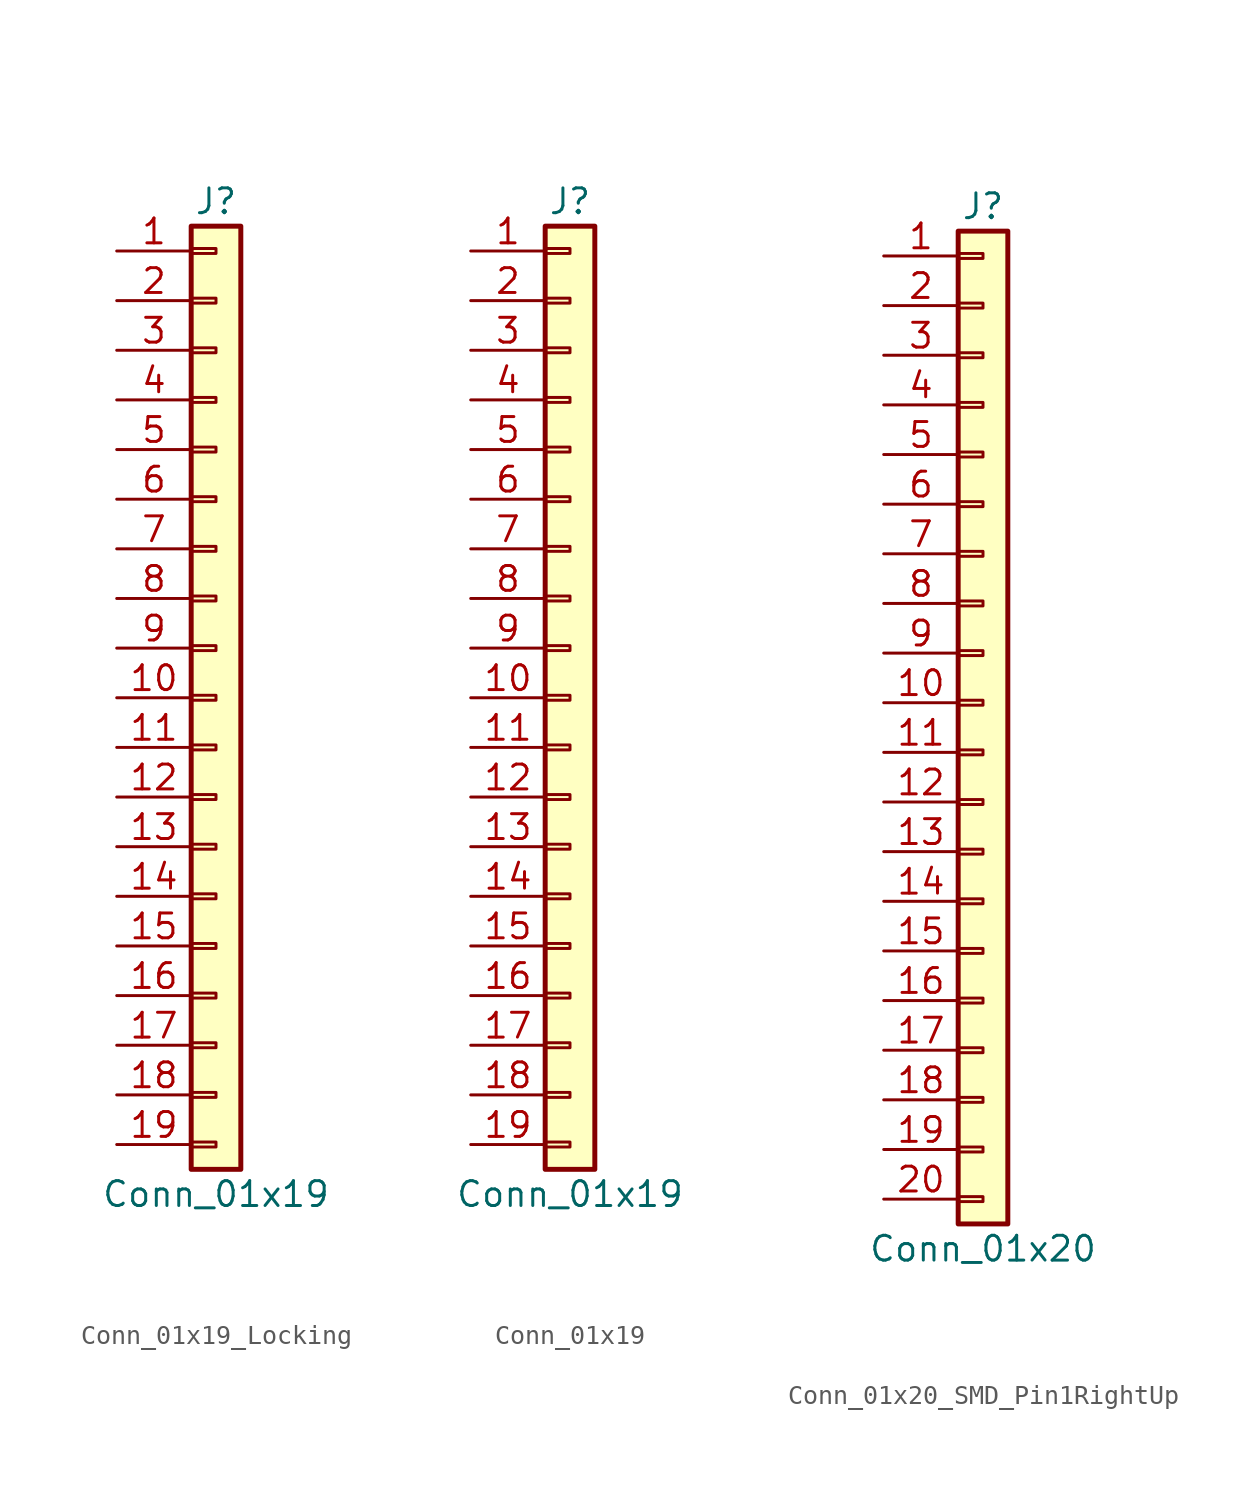
<source format=kicad_sym>
(kicad_symbol_lib
  (version 20241209)
  (generator "kicad_symbol_editor")
  (generator_version "9.0")
  (symbol "Conn_01x19_Locking"
    (pin_names
      (offset 1.016)
      (hide yes))
    (property "Reference" "J"
      (at 0 25.4 0)
      (effects (font (size 1.27 1.27))))
    (property "Value" "Conn_01x19"
      (at 0 -25.4 0)
      (effects (font (size 1.27 1.27))))
    (symbol "Conn_01x19_Locking_1_1"
      (rectangle (start -1.27 24.13) (end 1.27 -24.13) (stroke (width 0.254) (type default)) (fill (type background)))
      (rectangle (start -1.27 22.987) (end 0 22.733) (stroke (width 0.152) (type default)) (fill (type none)))
      (rectangle (start -1.27 20.447) (end 0 20.193) (stroke (width 0.152) (type default)) (fill (type none)))
      (rectangle (start -1.27 17.907) (end 0 17.653) (stroke (width 0.152) (type default)) (fill (type none)))
      (rectangle (start -1.27 15.367) (end 0 15.113) (stroke (width 0.152) (type default)) (fill (type none)))
      (rectangle (start -1.27 12.827) (end 0 12.573) (stroke (width 0.152) (type default)) (fill (type none)))
      (rectangle (start -1.27 10.287) (end 0 10.033) (stroke (width 0.152) (type default)) (fill (type none)))
      (rectangle (start -1.27 7.747) (end 0 7.493) (stroke (width 0.152) (type default)) (fill (type none)))
      (rectangle (start -1.27 5.207) (end 0 4.953) (stroke (width 0.152) (type default)) (fill (type none)))
      (rectangle (start -1.27 2.667) (end 0 2.413) (stroke (width 0.152) (type default)) (fill (type none)))
      (rectangle (start -1.27 0.127) (end 0 -0.127) (stroke (width 0.152) (type default)) (fill (type none)))
      (rectangle (start -1.27 -2.413) (end 0 -2.667) (stroke (width 0.152) (type default)) (fill (type none)))
      (rectangle (start -1.27 -4.953) (end 0 -5.207) (stroke (width 0.152) (type default)) (fill (type none)))
      (rectangle (start -1.27 -7.493) (end 0 -7.747) (stroke (width 0.152) (type default)) (fill (type none)))
      (rectangle (start -1.27 -10.033) (end 0 -10.287) (stroke (width 0.152) (type default)) (fill (type none)))
      (rectangle (start -1.27 -12.573) (end 0 -12.827) (stroke (width 0.152) (type default)) (fill (type none)))
      (rectangle (start -1.27 -15.113) (end 0 -15.367) (stroke (width 0.152) (type default)) (fill (type none)))
      (rectangle (start -1.27 -17.653) (end 0 -17.907) (stroke (width 0.152) (type default)) (fill (type none)))
      (rectangle (start -1.27 -20.193) (end 0 -20.447) (stroke (width 0.152) (type default)) (fill (type none)))
      (rectangle (start -1.27 -22.733) (end 0 -22.987) (stroke (width 0.152) (type default)) (fill (type none)))
      (pin passive line (at -5.08 22.86 0) (length 3.81) (name "Pin_1" (effects (font (size 1.27 1.27)))) (number "1" (effects (font (size 1.27 1.27)))))
      (pin passive line (at -5.08 20.32 0) (length 3.81) (name "Pin_2" (effects (font (size 1.27 1.27)))) (number "2" (effects (font (size 1.27 1.27)))))
      (pin passive line (at -5.08 17.78 0) (length 3.81) (name "Pin_3" (effects (font (size 1.27 1.27)))) (number "3" (effects (font (size 1.27 1.27)))))
      (pin passive line (at -5.08 15.24 0) (length 3.81) (name "Pin_4" (effects (font (size 1.27 1.27)))) (number "4" (effects (font (size 1.27 1.27)))))
      (pin passive line (at -5.08 12.7 0) (length 3.81) (name "Pin_5" (effects (font (size 1.27 1.27)))) (number "5" (effects (font (size 1.27 1.27)))))
      (pin passive line (at -5.08 10.16 0) (length 3.81) (name "Pin_6" (effects (font (size 1.27 1.27)))) (number "6" (effects (font (size 1.27 1.27)))))
      (pin passive line (at -5.08 7.62 0) (length 3.81) (name "Pin_7" (effects (font (size 1.27 1.27)))) (number "7" (effects (font (size 1.27 1.27)))))
      (pin passive line (at -5.08 5.08 0) (length 3.81) (name "Pin_8" (effects (font (size 1.27 1.27)))) (number "8" (effects (font (size 1.27 1.27)))))
      (pin passive line (at -5.08 2.54 0) (length 3.81) (name "Pin_9" (effects (font (size 1.27 1.27)))) (number "9" (effects (font (size 1.27 1.27)))))
      (pin passive line (at -5.08 0 0) (length 3.81) (name "Pin_10" (effects (font (size 1.27 1.27)))) (number "10" (effects (font (size 1.27 1.27)))))
      (pin passive line (at -5.08 -2.54 0) (length 3.81) (name "Pin_11" (effects (font (size 1.27 1.27)))) (number "11" (effects (font (size 1.27 1.27)))))
      (pin passive line (at -5.08 -5.08 0) (length 3.81) (name "Pin_12" (effects (font (size 1.27 1.27)))) (number "12" (effects (font (size 1.27 1.27)))))
      (pin passive line (at -5.08 -7.62 0) (length 3.81) (name "Pin_13" (effects (font (size 1.27 1.27)))) (number "13" (effects (font (size 1.27 1.27)))))
      (pin passive line (at -5.08 -10.16 0) (length 3.81) (name "Pin_14" (effects (font (size 1.27 1.27)))) (number "14" (effects (font (size 1.27 1.27)))))
      (pin passive line (at -5.08 -12.7 0) (length 3.81) (name "Pin_15" (effects (font (size 1.27 1.27)))) (number "15" (effects (font (size 1.27 1.27)))))
      (pin passive line (at -5.08 -15.24 0) (length 3.81) (name "Pin_16" (effects (font (size 1.27 1.27)))) (number "16" (effects (font (size 1.27 1.27)))))
      (pin passive line (at -5.08 -17.78 0) (length 3.81) (name "Pin_17" (effects (font (size 1.27 1.27)))) (number "17" (effects (font (size 1.27 1.27)))))
      (pin passive line (at -5.08 -20.32 0) (length 3.81) (name "Pin_18" (effects (font (size 1.27 1.27)))) (number "18" (effects (font (size 1.27 1.27)))))
      (pin passive line (at -5.08 -22.86 0) (length 3.81) (name "Pin_19" (effects (font (size 1.27 1.27)))) (number "19" (effects (font (size 1.27 1.27)))))))
  (symbol "Conn_01x19"
    (pin_names
      (offset 1.016)
      (hide yes))
    (property "Reference" "J"
      (at 0 25.4 0)
      (effects (font (size 1.27 1.27))))
    (property "Value" "Conn_01x19"
      (at 0 -25.4 0)
      (effects (font (size 1.27 1.27))))
    (symbol "Conn_01x19_1_1"
      (rectangle (start -1.27 24.13) (end 1.27 -24.13) (stroke (width 0.254) (type default)) (fill (type background)))
      (rectangle (start -1.27 22.987) (end 0 22.733) (stroke (width 0.152) (type default)) (fill (type none)))
      (rectangle (start -1.27 20.447) (end 0 20.193) (stroke (width 0.152) (type default)) (fill (type none)))
      (rectangle (start -1.27 17.907) (end 0 17.653) (stroke (width 0.152) (type default)) (fill (type none)))
      (rectangle (start -1.27 15.367) (end 0 15.113) (stroke (width 0.152) (type default)) (fill (type none)))
      (rectangle (start -1.27 12.827) (end 0 12.573) (stroke (width 0.152) (type default)) (fill (type none)))
      (rectangle (start -1.27 10.287) (end 0 10.033) (stroke (width 0.152) (type default)) (fill (type none)))
      (rectangle (start -1.27 7.747) (end 0 7.493) (stroke (width 0.152) (type default)) (fill (type none)))
      (rectangle (start -1.27 5.207) (end 0 4.953) (stroke (width 0.152) (type default)) (fill (type none)))
      (rectangle (start -1.27 2.667) (end 0 2.413) (stroke (width 0.152) (type default)) (fill (type none)))
      (rectangle (start -1.27 0.127) (end 0 -0.127) (stroke (width 0.152) (type default)) (fill (type none)))
      (rectangle (start -1.27 -2.413) (end 0 -2.667) (stroke (width 0.152) (type default)) (fill (type none)))
      (rectangle (start -1.27 -4.953) (end 0 -5.207) (stroke (width 0.152) (type default)) (fill (type none)))
      (rectangle (start -1.27 -7.493) (end 0 -7.747) (stroke (width 0.152) (type default)) (fill (type none)))
      (rectangle (start -1.27 -10.033) (end 0 -10.287) (stroke (width 0.152) (type default)) (fill (type none)))
      (rectangle (start -1.27 -12.573) (end 0 -12.827) (stroke (width 0.152) (type default)) (fill (type none)))
      (rectangle (start -1.27 -15.113) (end 0 -15.367) (stroke (width 0.152) (type default)) (fill (type none)))
      (rectangle (start -1.27 -17.653) (end 0 -17.907) (stroke (width 0.152) (type default)) (fill (type none)))
      (rectangle (start -1.27 -20.193) (end 0 -20.447) (stroke (width 0.152) (type default)) (fill (type none)))
      (rectangle (start -1.27 -22.733) (end 0 -22.987) (stroke (width 0.152) (type default)) (fill (type none)))
      (pin passive line (at -5.08 22.86 0) (length 3.81) (name "Pin_1" (effects (font (size 1.27 1.27)))) (number "1" (effects (font (size 1.27 1.27)))))
      (pin passive line (at -5.08 20.32 0) (length 3.81) (name "Pin_2" (effects (font (size 1.27 1.27)))) (number "2" (effects (font (size 1.27 1.27)))))
      (pin passive line (at -5.08 17.78 0) (length 3.81) (name "Pin_3" (effects (font (size 1.27 1.27)))) (number "3" (effects (font (size 1.27 1.27)))))
      (pin passive line (at -5.08 15.24 0) (length 3.81) (name "Pin_4" (effects (font (size 1.27 1.27)))) (number "4" (effects (font (size 1.27 1.27)))))
      (pin passive line (at -5.08 12.7 0) (length 3.81) (name "Pin_5" (effects (font (size 1.27 1.27)))) (number "5" (effects (font (size 1.27 1.27)))))
      (pin passive line (at -5.08 10.16 0) (length 3.81) (name "Pin_6" (effects (font (size 1.27 1.27)))) (number "6" (effects (font (size 1.27 1.27)))))
      (pin passive line (at -5.08 7.62 0) (length 3.81) (name "Pin_7" (effects (font (size 1.27 1.27)))) (number "7" (effects (font (size 1.27 1.27)))))
      (pin passive line (at -5.08 5.08 0) (length 3.81) (name "Pin_8" (effects (font (size 1.27 1.27)))) (number "8" (effects (font (size 1.27 1.27)))))
      (pin passive line (at -5.08 2.54 0) (length 3.81) (name "Pin_9" (effects (font (size 1.27 1.27)))) (number "9" (effects (font (size 1.27 1.27)))))
      (pin passive line (at -5.08 0 0) (length 3.81) (name "Pin_10" (effects (font (size 1.27 1.27)))) (number "10" (effects (font (size 1.27 1.27)))))
      (pin passive line (at -5.08 -2.54 0) (length 3.81) (name "Pin_11" (effects (font (size 1.27 1.27)))) (number "11" (effects (font (size 1.27 1.27)))))
      (pin passive line (at -5.08 -5.08 0) (length 3.81) (name "Pin_12" (effects (font (size 1.27 1.27)))) (number "12" (effects (font (size 1.27 1.27)))))
      (pin passive line (at -5.08 -7.62 0) (length 3.81) (name "Pin_13" (effects (font (size 1.27 1.27)))) (number "13" (effects (font (size 1.27 1.27)))))
      (pin passive line (at -5.08 -10.16 0) (length 3.81) (name "Pin_14" (effects (font (size 1.27 1.27)))) (number "14" (effects (font (size 1.27 1.27)))))
      (pin passive line (at -5.08 -12.7 0) (length 3.81) (name "Pin_15" (effects (font (size 1.27 1.27)))) (number "15" (effects (font (size 1.27 1.27)))))
      (pin passive line (at -5.08 -15.24 0) (length 3.81) (name "Pin_16" (effects (font (size 1.27 1.27)))) (number "16" (effects (font (size 1.27 1.27)))))
      (pin passive line (at -5.08 -17.78 0) (length 3.81) (name "Pin_17" (effects (font (size 1.27 1.27)))) (number "17" (effects (font (size 1.27 1.27)))))
      (pin passive line (at -5.08 -20.32 0) (length 3.81) (name "Pin_18" (effects (font (size 1.27 1.27)))) (number "18" (effects (font (size 1.27 1.27)))))
      (pin passive line (at -5.08 -22.86 0) (length 3.81) (name "Pin_19" (effects (font (size 1.27 1.27)))) (number "19" (effects (font (size 1.27 1.27)))))))
  (symbol "Conn_01x20_SMD_Pin1RightUp"
    (pin_names
      (offset 1.016)
      (hide yes))
    (property "Reference" "J"
      (at 0 25.4 0)
      (effects (font (size 1.27 1.27))))
    (property "Value" "Conn_01x20"
      (at 0 -27.94 0)
      (effects (font (size 1.27 1.27))))
    (symbol "Conn_01x20_SMD_Pin1RightUp_1_1"
      (rectangle (start -1.27 24.13) (end 1.27 -26.67) (stroke (width 0.254) (type default)) (fill (type background)))
      (rectangle (start -1.27 22.987) (end 0 22.733) (stroke (width 0.152) (type default)) (fill (type none)))
      (rectangle (start -1.27 20.447) (end 0 20.193) (stroke (width 0.152) (type default)) (fill (type none)))
      (rectangle (start -1.27 17.907) (end 0 17.653) (stroke (width 0.152) (type default)) (fill (type none)))
      (rectangle (start -1.27 15.367) (end 0 15.113) (stroke (width 0.152) (type default)) (fill (type none)))
      (rectangle (start -1.27 12.827) (end 0 12.573) (stroke (width 0.152) (type default)) (fill (type none)))
      (rectangle (start -1.27 10.287) (end 0 10.033) (stroke (width 0.152) (type default)) (fill (type none)))
      (rectangle (start -1.27 7.747) (end 0 7.493) (stroke (width 0.152) (type default)) (fill (type none)))
      (rectangle (start -1.27 5.207) (end 0 4.953) (stroke (width 0.152) (type default)) (fill (type none)))
      (rectangle (start -1.27 2.667) (end 0 2.413) (stroke (width 0.152) (type default)) (fill (type none)))
      (rectangle (start -1.27 0.127) (end 0 -0.127) (stroke (width 0.152) (type default)) (fill (type none)))
      (rectangle (start -1.27 -2.413) (end 0 -2.667) (stroke (width 0.152) (type default)) (fill (type none)))
      (rectangle (start -1.27 -4.953) (end 0 -5.207) (stroke (width 0.152) (type default)) (fill (type none)))
      (rectangle (start -1.27 -7.493) (end 0 -7.747) (stroke (width 0.152) (type default)) (fill (type none)))
      (rectangle (start -1.27 -10.033) (end 0 -10.287) (stroke (width 0.152) (type default)) (fill (type none)))
      (rectangle (start -1.27 -12.573) (end 0 -12.827) (stroke (width 0.152) (type default)) (fill (type none)))
      (rectangle (start -1.27 -15.113) (end 0 -15.367) (stroke (width 0.152) (type default)) (fill (type none)))
      (rectangle (start -1.27 -17.653) (end 0 -17.907) (stroke (width 0.152) (type default)) (fill (type none)))
      (rectangle (start -1.27 -20.193) (end 0 -20.447) (stroke (width 0.152) (type default)) (fill (type none)))
      (rectangle (start -1.27 -22.733) (end 0 -22.987) (stroke (width 0.152) (type default)) (fill (type none)))
      (rectangle (start -1.27 -25.273) (end 0 -25.527) (stroke (width 0.152) (type default)) (fill (type none)))
      (pin passive line (at -5.08 22.86 0) (length 3.81) (name "Pin_1" (effects (font (size 1.27 1.27)))) (number "1" (effects (font (size 1.27 1.27)))))
      (pin passive line (at -5.08 20.32 0) (length 3.81) (name "Pin_2" (effects (font (size 1.27 1.27)))) (number "2" (effects (font (size 1.27 1.27)))))
      (pin passive line (at -5.08 17.78 0) (length 3.81) (name "Pin_3" (effects (font (size 1.27 1.27)))) (number "3" (effects (font (size 1.27 1.27)))))
      (pin passive line (at -5.08 15.24 0) (length 3.81) (name "Pin_4" (effects (font (size 1.27 1.27)))) (number "4" (effects (font (size 1.27 1.27)))))
      (pin passive line (at -5.08 12.7 0) (length 3.81) (name "Pin_5" (effects (font (size 1.27 1.27)))) (number "5" (effects (font (size 1.27 1.27)))))
      (pin passive line (at -5.08 10.16 0) (length 3.81) (name "Pin_6" (effects (font (size 1.27 1.27)))) (number "6" (effects (font (size 1.27 1.27)))))
      (pin passive line (at -5.08 7.62 0) (length 3.81) (name "Pin_7" (effects (font (size 1.27 1.27)))) (number "7" (effects (font (size 1.27 1.27)))))
      (pin passive line (at -5.08 5.08 0) (length 3.81) (name "Pin_8" (effects (font (size 1.27 1.27)))) (number "8" (effects (font (size 1.27 1.27)))))
      (pin passive line (at -5.08 2.54 0) (length 3.81) (name "Pin_9" (effects (font (size 1.27 1.27)))) (number "9" (effects (font (size 1.27 1.27)))))
      (pin passive line (at -5.08 0 0) (length 3.81) (name "Pin_10" (effects (font (size 1.27 1.27)))) (number "10" (effects (font (size 1.27 1.27)))))
      (pin passive line (at -5.08 -2.54 0) (length 3.81) (name "Pin_11" (effects (font (size 1.27 1.27)))) (number "11" (effects (font (size 1.27 1.27)))))
      (pin passive line (at -5.08 -5.08 0) (length 3.81) (name "Pin_12" (effects (font (size 1.27 1.27)))) (number "12" (effects (font (size 1.27 1.27)))))
      (pin passive line (at -5.08 -7.62 0) (length 3.81) (name "Pin_13" (effects (font (size 1.27 1.27)))) (number "13" (effects (font (size 1.27 1.27)))))
      (pin passive line (at -5.08 -10.16 0) (length 3.81) (name "Pin_14" (effects (font (size 1.27 1.27)))) (number "14" (effects (font (size 1.27 1.27)))))
      (pin passive line (at -5.08 -12.7 0) (length 3.81) (name "Pin_15" (effects (font (size 1.27 1.27)))) (number "15" (effects (font (size 1.27 1.27)))))
      (pin passive line (at -5.08 -15.24 0) (length 3.81) (name "Pin_16" (effects (font (size 1.27 1.27)))) (number "16" (effects (font (size 1.27 1.27)))))
      (pin passive line (at -5.08 -17.78 0) (length 3.81) (name "Pin_17" (effects (font (size 1.27 1.27)))) (number "17" (effects (font (size 1.27 1.27)))))
      (pin passive line (at -5.08 -20.32 0) (length 3.81) (name "Pin_18" (effects (font (size 1.27 1.27)))) (number "18" (effects (font (size 1.27 1.27)))))
      (pin passive line (at -5.08 -22.86 0) (length 3.81) (name "Pin_19" (effects (font (size 1.27 1.27)))) (number "19" (effects (font (size 1.27 1.27)))))
      (pin passive line (at -5.08 -25.4 0) (length 3.81) (name "Pin_20" (effects (font (size 1.27 1.27)))) (number "20" (effects (font (size 1.27 1.27))))))))
</source>
